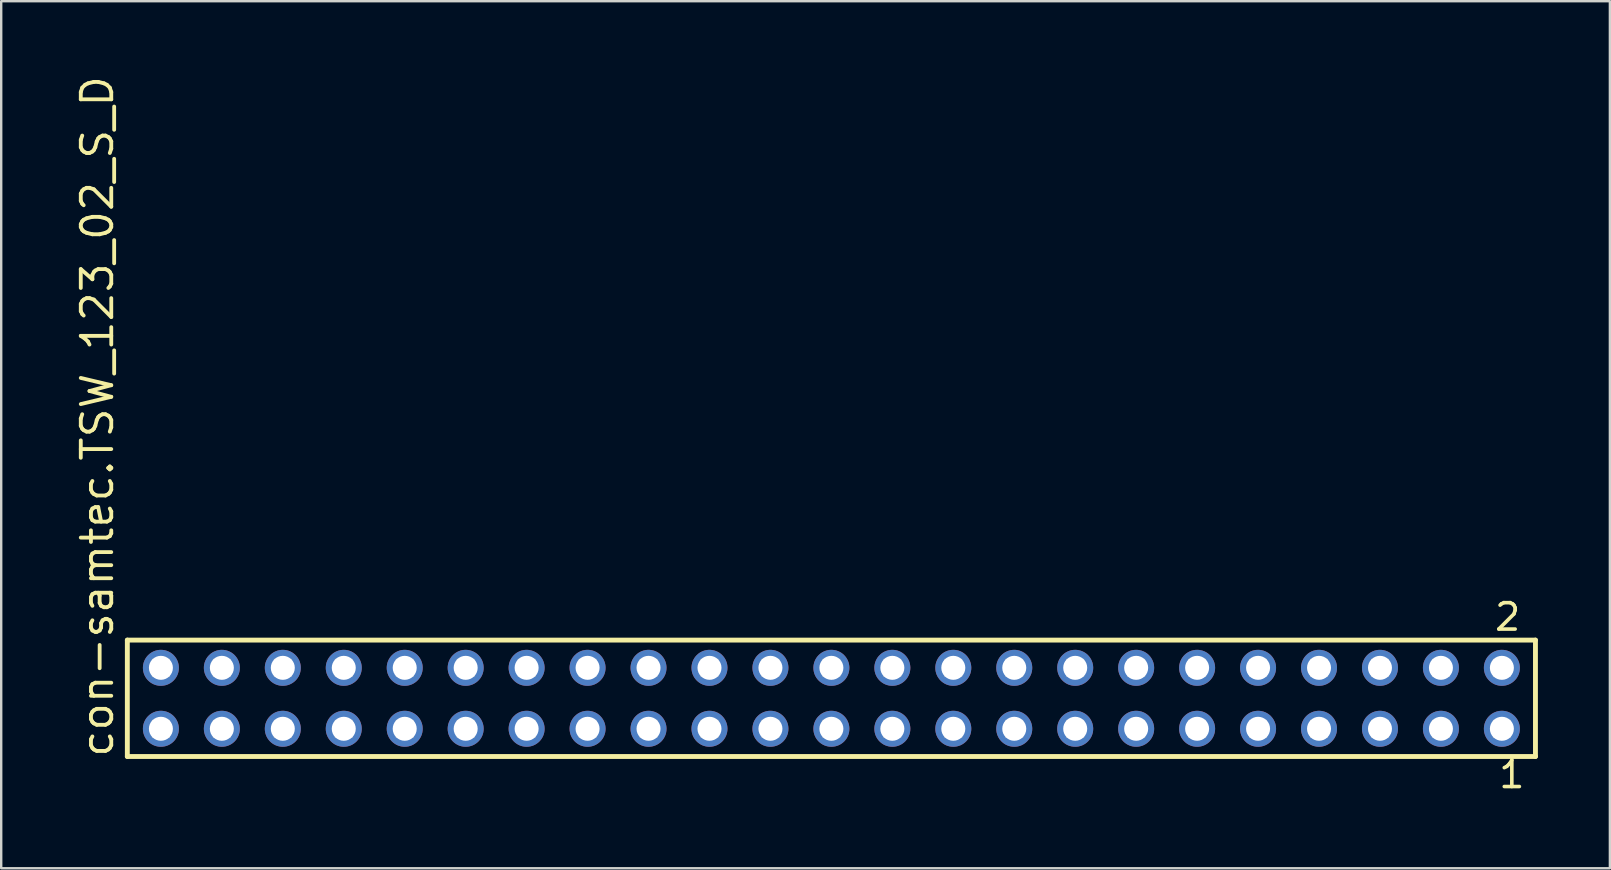
<source format=kicad_pcb>
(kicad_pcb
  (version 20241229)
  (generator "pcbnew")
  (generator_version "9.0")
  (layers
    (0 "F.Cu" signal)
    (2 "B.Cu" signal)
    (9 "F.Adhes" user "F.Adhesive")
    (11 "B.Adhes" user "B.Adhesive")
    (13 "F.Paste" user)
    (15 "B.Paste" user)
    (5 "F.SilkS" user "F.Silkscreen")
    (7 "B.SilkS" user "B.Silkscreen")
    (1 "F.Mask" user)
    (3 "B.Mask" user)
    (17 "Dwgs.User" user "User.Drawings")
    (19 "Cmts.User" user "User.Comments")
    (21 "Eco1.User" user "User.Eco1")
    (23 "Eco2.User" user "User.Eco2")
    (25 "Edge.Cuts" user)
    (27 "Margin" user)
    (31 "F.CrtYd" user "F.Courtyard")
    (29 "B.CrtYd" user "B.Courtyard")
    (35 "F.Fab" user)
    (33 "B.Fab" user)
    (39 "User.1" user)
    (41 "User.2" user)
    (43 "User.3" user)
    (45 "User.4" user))
  (footprint "con-samtec.TSW_123_02_S_D"
    (layer "F.Cu")
    (at 31.595 26.049)
    (property "Reference" "con-samtec.TSW_123_02_S_D" (at -29.845 2.54 90) (layer "F.SilkS") (effects (font (size 1.27 1.27) (thickness 0.16)) (justify left bottom)))
    (attr through_hole)
    (fp_line (start -29.339 -2.425) (end 29.339 -2.425) (stroke (width 0.203) (type default)) (layer "F.SilkS"))
    (fp_line (start -29.339 2.425) (end -29.339 -2.425) (stroke (width 0.203) (type default)) (layer "F.SilkS"))
    (fp_line (start 29.339 -2.425) (end 29.339 2.425) (stroke (width 0.203) (type default)) (layer "F.SilkS"))
    (fp_line (start 29.339 2.425) (end -29.339 2.425) (stroke (width 0.203) (type default)) (layer "F.SilkS"))
    (fp_rect (start -28.29 -0.92) (end -27.59 -1.62) (stroke (width 0.05) (type default)) (fill no) (layer "F.Fab"))
    (fp_rect (start -28.29 1.62) (end -27.59 0.92) (stroke (width 0.05) (type default)) (fill no) (layer "F.Fab"))
    (fp_rect (start -25.75 -0.92) (end -25.05 -1.62) (stroke (width 0.05) (type default)) (fill no) (layer "F.Fab"))
    (fp_rect (start -25.75 1.62) (end -25.05 0.92) (stroke (width 0.05) (type default)) (fill no) (layer "F.Fab"))
    (fp_rect (start -23.21 -0.92) (end -22.51 -1.62) (stroke (width 0.05) (type default)) (fill no) (layer "F.Fab"))
    (fp_rect (start -23.21 1.62) (end -22.51 0.92) (stroke (width 0.05) (type default)) (fill no) (layer "F.Fab"))
    (fp_rect (start -20.67 -0.92) (end -19.97 -1.62) (stroke (width 0.05) (type default)) (fill no) (layer "F.Fab"))
    (fp_rect (start -20.67 1.62) (end -19.97 0.92) (stroke (width 0.05) (type default)) (fill no) (layer "F.Fab"))
    (fp_rect (start -18.13 -0.92) (end -17.43 -1.62) (stroke (width 0.05) (type default)) (fill no) (layer "F.Fab"))
    (fp_rect (start -18.13 1.62) (end -17.43 0.92) (stroke (width 0.05) (type default)) (fill no) (layer "F.Fab"))
    (fp_rect (start -15.59 -0.92) (end -14.89 -1.62) (stroke (width 0.05) (type default)) (fill no) (layer "F.Fab"))
    (fp_rect (start -15.59 1.62) (end -14.89 0.92) (stroke (width 0.05) (type default)) (fill no) (layer "F.Fab"))
    (fp_rect (start -13.05 -0.92) (end -12.35 -1.62) (stroke (width 0.05) (type default)) (fill no) (layer "F.Fab"))
    (fp_rect (start -13.05 1.62) (end -12.35 0.92) (stroke (width 0.05) (type default)) (fill no) (layer "F.Fab"))
    (fp_rect (start -10.51 -0.92) (end -9.81 -1.62) (stroke (width 0.05) (type default)) (fill no) (layer "F.Fab"))
    (fp_rect (start -10.51 1.62) (end -9.81 0.92) (stroke (width 0.05) (type default)) (fill no) (layer "F.Fab"))
    (fp_rect (start -7.97 -0.92) (end -7.27 -1.62) (stroke (width 0.05) (type default)) (fill no) (layer "F.Fab"))
    (fp_rect (start -7.97 1.62) (end -7.27 0.92) (stroke (width 0.05) (type default)) (fill no) (layer "F.Fab"))
    (fp_rect (start -5.43 -0.92) (end -4.73 -1.62) (stroke (width 0.05) (type default)) (fill no) (layer "F.Fab"))
    (fp_rect (start -5.43 1.62) (end -4.73 0.92) (stroke (width 0.05) (type default)) (fill no) (layer "F.Fab"))
    (fp_rect (start -2.89 -0.92) (end -2.19 -1.62) (stroke (width 0.05) (type default)) (fill no) (layer "F.Fab"))
    (fp_rect (start -2.89 1.62) (end -2.19 0.92) (stroke (width 0.05) (type default)) (fill no) (layer "F.Fab"))
    (fp_rect (start -0.35 -0.92) (end 0.35 -1.62) (stroke (width 0.05) (type default)) (fill no) (layer "F.Fab"))
    (fp_rect (start -0.35 1.62) (end 0.35 0.92) (stroke (width 0.05) (type default)) (fill no) (layer "F.Fab"))
    (fp_rect (start 2.19 -0.92) (end 2.89 -1.62) (stroke (width 0.05) (type default)) (fill no) (layer "F.Fab"))
    (fp_rect (start 2.19 1.62) (end 2.89 0.92) (stroke (width 0.05) (type default)) (fill no) (layer "F.Fab"))
    (fp_rect (start 4.73 -0.92) (end 5.43 -1.62) (stroke (width 0.05) (type default)) (fill no) (layer "F.Fab"))
    (fp_rect (start 4.73 1.62) (end 5.43 0.92) (stroke (width 0.05) (type default)) (fill no) (layer "F.Fab"))
    (fp_rect (start 7.27 -0.92) (end 7.97 -1.62) (stroke (width 0.05) (type default)) (fill no) (layer "F.Fab"))
    (fp_rect (start 7.27 1.62) (end 7.97 0.92) (stroke (width 0.05) (type default)) (fill no) (layer "F.Fab"))
    (fp_rect (start 9.81 -0.92) (end 10.51 -1.62) (stroke (width 0.05) (type default)) (fill no) (layer "F.Fab"))
    (fp_rect (start 9.81 1.62) (end 10.51 0.92) (stroke (width 0.05) (type default)) (fill no) (layer "F.Fab"))
    (fp_rect (start 12.35 -0.92) (end 13.05 -1.62) (stroke (width 0.05) (type default)) (fill no) (layer "F.Fab"))
    (fp_rect (start 12.35 1.62) (end 13.05 0.92) (stroke (width 0.05) (type default)) (fill no) (layer "F.Fab"))
    (fp_rect (start 14.89 -0.92) (end 15.59 -1.62) (stroke (width 0.05) (type default)) (fill no) (layer "F.Fab"))
    (fp_rect (start 14.89 1.62) (end 15.59 0.92) (stroke (width 0.05) (type default)) (fill no) (layer "F.Fab"))
    (fp_rect (start 17.43 -0.92) (end 18.13 -1.62) (stroke (width 0.05) (type default)) (fill no) (layer "F.Fab"))
    (fp_rect (start 17.43 1.62) (end 18.13 0.92) (stroke (width 0.05) (type default)) (fill no) (layer "F.Fab"))
    (fp_rect (start 19.97 -0.92) (end 20.67 -1.62) (stroke (width 0.05) (type default)) (fill no) (layer "F.Fab"))
    (fp_rect (start 19.97 1.62) (end 20.67 0.92) (stroke (width 0.05) (type default)) (fill no) (layer "F.Fab"))
    (fp_rect (start 22.51 -0.92) (end 23.21 -1.62) (stroke (width 0.05) (type default)) (fill no) (layer "F.Fab"))
    (fp_rect (start 22.51 1.62) (end 23.21 0.92) (stroke (width 0.05) (type default)) (fill no) (layer "F.Fab"))
    (fp_rect (start 25.05 -0.92) (end 25.75 -1.62) (stroke (width 0.05) (type default)) (fill no) (layer "F.Fab"))
    (fp_rect (start 25.05 1.62) (end 25.75 0.92) (stroke (width 0.05) (type default)) (fill no) (layer "F.Fab"))
    (fp_rect (start 27.59 -0.92) (end 28.29 -1.62) (stroke (width 0.05) (type default)) (fill no) (layer "F.Fab"))
    (fp_rect (start 27.59 1.62) (end 28.29 0.92) (stroke (width 0.05) (type default)) (fill no) (layer "F.Fab"))
    (fp_text user "1" (at 27.732 3.818 0) (layer "F.SilkS") (effects (font (size 1.1 1.1) (thickness 0.15)) (justify left bottom)))
    (fp_text user "2" (at 27.557 -2.744 0) (layer "F.SilkS") (effects (font (size 1.1 1.1) (thickness 0.15)) (justify left bottom)))
    (pad "1" thru_hole circle (at 27.94 1.27 180) (size 1.5 1.5) (drill 1) (layers "*.Cu" "*.Mask"))
    (pad "2" thru_hole circle (at 27.94 -1.27 180) (size 1.5 1.5) (drill 1) (layers "*.Cu" "*.Mask"))
    (pad "3" thru_hole circle (at 25.4 1.27 180) (size 1.5 1.5) (drill 1) (layers "*.Cu" "*.Mask"))
    (pad "4" thru_hole circle (at 25.4 -1.27 180) (size 1.5 1.5) (drill 1) (layers "*.Cu" "*.Mask"))
    (pad "5" thru_hole circle (at 22.86 1.27 180) (size 1.5 1.5) (drill 1) (layers "*.Cu" "*.Mask"))
    (pad "6" thru_hole circle (at 22.86 -1.27 180) (size 1.5 1.5) (drill 1) (layers "*.Cu" "*.Mask"))
    (pad "7" thru_hole circle (at 20.32 1.27 180) (size 1.5 1.5) (drill 1) (layers "*.Cu" "*.Mask"))
    (pad "8" thru_hole circle (at 20.32 -1.27 180) (size 1.5 1.5) (drill 1) (layers "*.Cu" "*.Mask"))
    (pad "9" thru_hole circle (at 17.78 1.27 180) (size 1.5 1.5) (drill 1) (layers "*.Cu" "*.Mask"))
    (pad "10" thru_hole circle (at 17.78 -1.27 180) (size 1.5 1.5) (drill 1) (layers "*.Cu" "*.Mask"))
    (pad "11" thru_hole circle (at 15.24 1.27 180) (size 1.5 1.5) (drill 1) (layers "*.Cu" "*.Mask"))
    (pad "12" thru_hole circle (at 15.24 -1.27 180) (size 1.5 1.5) (drill 1) (layers "*.Cu" "*.Mask"))
    (pad "13" thru_hole circle (at 12.7 1.27 180) (size 1.5 1.5) (drill 1) (layers "*.Cu" "*.Mask"))
    (pad "14" thru_hole circle (at 12.7 -1.27 180) (size 1.5 1.5) (drill 1) (layers "*.Cu" "*.Mask"))
    (pad "15" thru_hole circle (at 10.16 1.27 180) (size 1.5 1.5) (drill 1) (layers "*.Cu" "*.Mask"))
    (pad "16" thru_hole circle (at 10.16 -1.27 180) (size 1.5 1.5) (drill 1) (layers "*.Cu" "*.Mask"))
    (pad "17" thru_hole circle (at 7.62 1.27 180) (size 1.5 1.5) (drill 1) (layers "*.Cu" "*.Mask"))
    (pad "18" thru_hole circle (at 7.62 -1.27 180) (size 1.5 1.5) (drill 1) (layers "*.Cu" "*.Mask"))
    (pad "19" thru_hole circle (at 5.08 1.27 180) (size 1.5 1.5) (drill 1) (layers "*.Cu" "*.Mask"))
    (pad "20" thru_hole circle (at 5.08 -1.27 180) (size 1.5 1.5) (drill 1) (layers "*.Cu" "*.Mask"))
    (pad "21" thru_hole circle (at 2.54 1.27 180) (size 1.5 1.5) (drill 1) (layers "*.Cu" "*.Mask"))
    (pad "22" thru_hole circle (at 2.54 -1.27 180) (size 1.5 1.5) (drill 1) (layers "*.Cu" "*.Mask"))
    (pad "23" thru_hole circle (at 0 1.27 180) (size 1.5 1.5) (drill 1) (layers "*.Cu" "*.Mask"))
    (pad "24" thru_hole circle (at 0 -1.27 180) (size 1.5 1.5) (drill 1) (layers "*.Cu" "*.Mask"))
    (pad "25" thru_hole circle (at -2.54 1.27 180) (size 1.5 1.5) (drill 1) (layers "*.Cu" "*.Mask"))
    (pad "26" thru_hole circle (at -2.54 -1.27 180) (size 1.5 1.5) (drill 1) (layers "*.Cu" "*.Mask"))
    (pad "27" thru_hole circle (at -5.08 1.27 180) (size 1.5 1.5) (drill 1) (layers "*.Cu" "*.Mask"))
    (pad "28" thru_hole circle (at -5.08 -1.27 180) (size 1.5 1.5) (drill 1) (layers "*.Cu" "*.Mask"))
    (pad "29" thru_hole circle (at -7.62 1.27 180) (size 1.5 1.5) (drill 1) (layers "*.Cu" "*.Mask"))
    (pad "30" thru_hole circle (at -7.62 -1.27 180) (size 1.5 1.5) (drill 1) (layers "*.Cu" "*.Mask"))
    (pad "31" thru_hole circle (at -10.16 1.27 180) (size 1.5 1.5) (drill 1) (layers "*.Cu" "*.Mask"))
    (pad "32" thru_hole circle (at -10.16 -1.27 180) (size 1.5 1.5) (drill 1) (layers "*.Cu" "*.Mask"))
    (pad "33" thru_hole circle (at -12.7 1.27 180) (size 1.5 1.5) (drill 1) (layers "*.Cu" "*.Mask"))
    (pad "34" thru_hole circle (at -12.7 -1.27 180) (size 1.5 1.5) (drill 1) (layers "*.Cu" "*.Mask"))
    (pad "35" thru_hole circle (at -15.24 1.27 180) (size 1.5 1.5) (drill 1) (layers "*.Cu" "*.Mask"))
    (pad "36" thru_hole circle (at -15.24 -1.27 180) (size 1.5 1.5) (drill 1) (layers "*.Cu" "*.Mask"))
    (pad "37" thru_hole circle (at -17.78 1.27 180) (size 1.5 1.5) (drill 1) (layers "*.Cu" "*.Mask"))
    (pad "38" thru_hole circle (at -17.78 -1.27 180) (size 1.5 1.5) (drill 1) (layers "*.Cu" "*.Mask"))
    (pad "39" thru_hole circle (at -20.32 1.27 180) (size 1.5 1.5) (drill 1) (layers "*.Cu" "*.Mask"))
    (pad "40" thru_hole circle (at -20.32 -1.27 180) (size 1.5 1.5) (drill 1) (layers "*.Cu" "*.Mask"))
    (pad "41" thru_hole circle (at -22.86 1.27 180) (size 1.5 1.5) (drill 1) (layers "*.Cu" "*.Mask"))
    (pad "42" thru_hole circle (at -22.86 -1.27 180) (size 1.5 1.5) (drill 1) (layers "*.Cu" "*.Mask"))
    (pad "43" thru_hole circle (at -25.4 1.27 180) (size 1.5 1.5) (drill 1) (layers "*.Cu" "*.Mask"))
    (pad "44" thru_hole circle (at -25.4 -1.27 180) (size 1.5 1.5) (drill 1) (layers "*.Cu" "*.Mask"))
    (pad "45" thru_hole circle (at -27.94 1.27 180) (size 1.5 1.5) (drill 1) (layers "*.Cu" "*.Mask"))
    (pad "46" thru_hole circle (at -27.94 -1.27 180) (size 1.5 1.5) (drill 1) (layers "*.Cu" "*.Mask")))
  (gr_rect
    (start -3 -3)
    (end 64.036 33.131)
    (stroke (width 0.1) (type default))
    (fill no)
    (layer "Edge.Cuts")))
</source>
